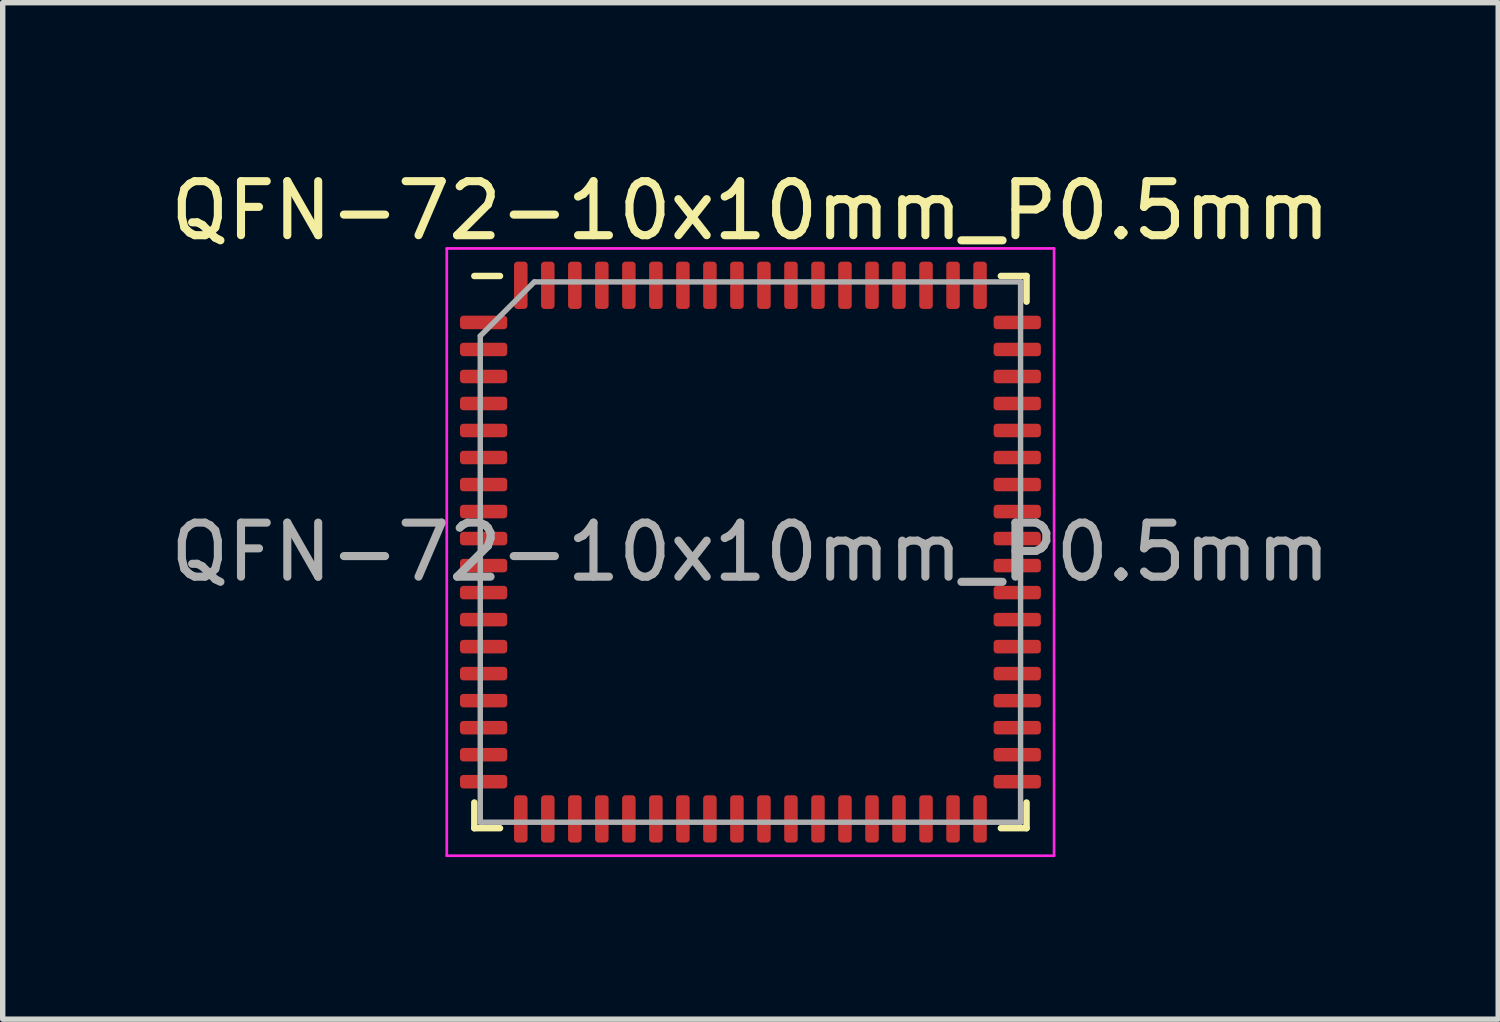
<source format=kicad_pcb>
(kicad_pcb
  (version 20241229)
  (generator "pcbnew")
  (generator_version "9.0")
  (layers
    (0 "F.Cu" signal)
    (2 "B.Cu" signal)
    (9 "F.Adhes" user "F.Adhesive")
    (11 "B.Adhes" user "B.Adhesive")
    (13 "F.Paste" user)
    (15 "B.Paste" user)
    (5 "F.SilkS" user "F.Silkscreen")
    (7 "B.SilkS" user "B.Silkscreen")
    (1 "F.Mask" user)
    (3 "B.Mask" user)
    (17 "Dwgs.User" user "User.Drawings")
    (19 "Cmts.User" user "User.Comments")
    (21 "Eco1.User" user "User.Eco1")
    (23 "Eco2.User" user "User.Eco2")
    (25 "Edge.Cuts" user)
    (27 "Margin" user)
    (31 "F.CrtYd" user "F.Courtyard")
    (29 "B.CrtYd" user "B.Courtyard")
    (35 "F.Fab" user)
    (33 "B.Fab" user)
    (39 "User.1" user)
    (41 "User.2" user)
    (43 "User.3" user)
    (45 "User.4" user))
  (footprint "QFN-72-10x10mm_P0.5mm"
    (layer "F.Cu")
    (at 10.839 7.168)
    (property "Reference" "QFN-72-10x10mm_P0.5mm" (at 0 -6.32 0) (layer "F.SilkS") (effects (font (size 1 1) (thickness 0.15))))
    (attr smd)
    (fp_line (start -5.11 5.11) (end -5.11 4.635) (stroke (width 0.12) (type solid)) (layer "F.SilkS"))
    (fp_line (start -4.635 -5.11) (end -5.11 -5.11) (stroke (width 0.12) (type solid)) (layer "F.SilkS"))
    (fp_line (start -4.635 5.11) (end -5.11 5.11) (stroke (width 0.12) (type solid)) (layer "F.SilkS"))
    (fp_line (start 4.635 -5.11) (end 5.11 -5.11) (stroke (width 0.12) (type solid)) (layer "F.SilkS"))
    (fp_line (start 4.635 5.11) (end 5.11 5.11) (stroke (width 0.12) (type solid)) (layer "F.SilkS"))
    (fp_line (start 5.11 -5.11) (end 5.11 -4.635) (stroke (width 0.12) (type solid)) (layer "F.SilkS"))
    (fp_line (start 5.11 5.11) (end 5.11 4.635) (stroke (width 0.12) (type solid)) (layer "F.SilkS"))
    (fp_line (start -5.62 -5.62) (end -5.62 5.62) (stroke (width 0.05) (type solid)) (layer "F.CrtYd"))
    (fp_line (start -5.62 5.62) (end 5.62 5.62) (stroke (width 0.05) (type solid)) (layer "F.CrtYd"))
    (fp_line (start 5.62 -5.62) (end -5.62 -5.62) (stroke (width 0.05) (type solid)) (layer "F.CrtYd"))
    (fp_line (start 5.62 5.62) (end 5.62 -5.62) (stroke (width 0.05) (type solid)) (layer "F.CrtYd"))
    (fp_line (start -5 -4) (end -4 -5) (stroke (width 0.1) (type solid)) (layer "F.Fab"))
    (fp_line (start -5 5) (end -5 -4) (stroke (width 0.1) (type solid)) (layer "F.Fab"))
    (fp_line (start -4 -5) (end 5 -5) (stroke (width 0.1) (type solid)) (layer "F.Fab"))
    (fp_line (start 5 -5) (end 5 5) (stroke (width 0.1) (type solid)) (layer "F.Fab"))
    (fp_line (start 5 5) (end -5 5) (stroke (width 0.1) (type solid)) (layer "F.Fab"))
    (fp_text user "${REFERENCE}" (at 0 0 0) (layer "F.Fab") (effects (font (size 1 1) (thickness 0.15))))
    (pad "1" smd roundrect (at -4.938 -4.25) (size 0.875 0.25) (layers "F.Cu" "F.Mask" "F.Paste") (roundrect_rratio 0.25))
    (pad "2" smd roundrect (at -4.938 -3.75) (size 0.875 0.25) (layers "F.Cu" "F.Mask" "F.Paste") (roundrect_rratio 0.25))
    (pad "3" smd roundrect (at -4.938 -3.25) (size 0.875 0.25) (layers "F.Cu" "F.Mask" "F.Paste") (roundrect_rratio 0.25))
    (pad "4" smd roundrect (at -4.938 -2.75) (size 0.875 0.25) (layers "F.Cu" "F.Mask" "F.Paste") (roundrect_rratio 0.25))
    (pad "5" smd roundrect (at -4.938 -2.25) (size 0.875 0.25) (layers "F.Cu" "F.Mask" "F.Paste") (roundrect_rratio 0.25))
    (pad "6" smd roundrect (at -4.938 -1.75) (size 0.875 0.25) (layers "F.Cu" "F.Mask" "F.Paste") (roundrect_rratio 0.25))
    (pad "7" smd roundrect (at -4.938 -1.25) (size 0.875 0.25) (layers "F.Cu" "F.Mask" "F.Paste") (roundrect_rratio 0.25))
    (pad "8" smd roundrect (at -4.938 -0.75) (size 0.875 0.25) (layers "F.Cu" "F.Mask" "F.Paste") (roundrect_rratio 0.25))
    (pad "9" smd roundrect (at -4.938 -0.25) (size 0.875 0.25) (layers "F.Cu" "F.Mask" "F.Paste") (roundrect_rratio 0.25))
    (pad "10" smd roundrect (at -4.938 0.25) (size 0.875 0.25) (layers "F.Cu" "F.Mask" "F.Paste") (roundrect_rratio 0.25))
    (pad "11" smd roundrect (at -4.938 0.75) (size 0.875 0.25) (layers "F.Cu" "F.Mask" "F.Paste") (roundrect_rratio 0.25))
    (pad "12" smd roundrect (at -4.938 1.25) (size 0.875 0.25) (layers "F.Cu" "F.Mask" "F.Paste") (roundrect_rratio 0.25))
    (pad "13" smd roundrect (at -4.938 1.75) (size 0.875 0.25) (layers "F.Cu" "F.Mask" "F.Paste") (roundrect_rratio 0.25))
    (pad "14" smd roundrect (at -4.938 2.25) (size 0.875 0.25) (layers "F.Cu" "F.Mask" "F.Paste") (roundrect_rratio 0.25))
    (pad "15" smd roundrect (at -4.938 2.75) (size 0.875 0.25) (layers "F.Cu" "F.Mask" "F.Paste") (roundrect_rratio 0.25))
    (pad "16" smd roundrect (at -4.938 3.25) (size 0.875 0.25) (layers "F.Cu" "F.Mask" "F.Paste") (roundrect_rratio 0.25))
    (pad "17" smd roundrect (at -4.938 3.75) (size 0.875 0.25) (layers "F.Cu" "F.Mask" "F.Paste") (roundrect_rratio 0.25))
    (pad "18" smd roundrect (at -4.938 4.25) (size 0.875 0.25) (layers "F.Cu" "F.Mask" "F.Paste") (roundrect_rratio 0.25))
    (pad "19" smd roundrect (at -4.25 4.938) (size 0.25 0.875) (layers "F.Cu" "F.Mask" "F.Paste") (roundrect_rratio 0.25))
    (pad "20" smd roundrect (at -3.75 4.938) (size 0.25 0.875) (layers "F.Cu" "F.Mask" "F.Paste") (roundrect_rratio 0.25))
    (pad "21" smd roundrect (at -3.25 4.938) (size 0.25 0.875) (layers "F.Cu" "F.Mask" "F.Paste") (roundrect_rratio 0.25))
    (pad "22" smd roundrect (at -2.75 4.938) (size 0.25 0.875) (layers "F.Cu" "F.Mask" "F.Paste") (roundrect_rratio 0.25))
    (pad "23" smd roundrect (at -2.25 4.938) (size 0.25 0.875) (layers "F.Cu" "F.Mask" "F.Paste") (roundrect_rratio 0.25))
    (pad "24" smd roundrect (at -1.75 4.938) (size 0.25 0.875) (layers "F.Cu" "F.Mask" "F.Paste") (roundrect_rratio 0.25))
    (pad "25" smd roundrect (at -1.25 4.938) (size 0.25 0.875) (layers "F.Cu" "F.Mask" "F.Paste") (roundrect_rratio 0.25))
    (pad "26" smd roundrect (at -0.75 4.938) (size 0.25 0.875) (layers "F.Cu" "F.Mask" "F.Paste") (roundrect_rratio 0.25))
    (pad "27" smd roundrect (at -0.25 4.938) (size 0.25 0.875) (layers "F.Cu" "F.Mask" "F.Paste") (roundrect_rratio 0.25))
    (pad "28" smd roundrect (at 0.25 4.938) (size 0.25 0.875) (layers "F.Cu" "F.Mask" "F.Paste") (roundrect_rratio 0.25))
    (pad "29" smd roundrect (at 0.75 4.938) (size 0.25 0.875) (layers "F.Cu" "F.Mask" "F.Paste") (roundrect_rratio 0.25))
    (pad "30" smd roundrect (at 1.25 4.938) (size 0.25 0.875) (layers "F.Cu" "F.Mask" "F.Paste") (roundrect_rratio 0.25))
    (pad "31" smd roundrect (at 1.75 4.938) (size 0.25 0.875) (layers "F.Cu" "F.Mask" "F.Paste") (roundrect_rratio 0.25))
    (pad "32" smd roundrect (at 2.25 4.938) (size 0.25 0.875) (layers "F.Cu" "F.Mask" "F.Paste") (roundrect_rratio 0.25))
    (pad "33" smd roundrect (at 2.75 4.938) (size 0.25 0.875) (layers "F.Cu" "F.Mask" "F.Paste") (roundrect_rratio 0.25))
    (pad "34" smd roundrect (at 3.25 4.938) (size 0.25 0.875) (layers "F.Cu" "F.Mask" "F.Paste") (roundrect_rratio 0.25))
    (pad "35" smd roundrect (at 3.75 4.938) (size 0.25 0.875) (layers "F.Cu" "F.Mask" "F.Paste") (roundrect_rratio 0.25))
    (pad "36" smd roundrect (at 4.25 4.938) (size 0.25 0.875) (layers "F.Cu" "F.Mask" "F.Paste") (roundrect_rratio 0.25))
    (pad "37" smd roundrect (at 4.938 4.25) (size 0.875 0.25) (layers "F.Cu" "F.Mask" "F.Paste") (roundrect_rratio 0.25))
    (pad "38" smd roundrect (at 4.938 3.75) (size 0.875 0.25) (layers "F.Cu" "F.Mask" "F.Paste") (roundrect_rratio 0.25))
    (pad "39" smd roundrect (at 4.938 3.25) (size 0.875 0.25) (layers "F.Cu" "F.Mask" "F.Paste") (roundrect_rratio 0.25))
    (pad "40" smd roundrect (at 4.938 2.75) (size 0.875 0.25) (layers "F.Cu" "F.Mask" "F.Paste") (roundrect_rratio 0.25))
    (pad "41" smd roundrect (at 4.938 2.25) (size 0.875 0.25) (layers "F.Cu" "F.Mask" "F.Paste") (roundrect_rratio 0.25))
    (pad "42" smd roundrect (at 4.938 1.75) (size 0.875 0.25) (layers "F.Cu" "F.Mask" "F.Paste") (roundrect_rratio 0.25))
    (pad "43" smd roundrect (at 4.938 1.25) (size 0.875 0.25) (layers "F.Cu" "F.Mask" "F.Paste") (roundrect_rratio 0.25))
    (pad "44" smd roundrect (at 4.938 0.75) (size 0.875 0.25) (layers "F.Cu" "F.Mask" "F.Paste") (roundrect_rratio 0.25))
    (pad "45" smd roundrect (at 4.938 0.25) (size 0.875 0.25) (layers "F.Cu" "F.Mask" "F.Paste") (roundrect_rratio 0.25))
    (pad "46" smd roundrect (at 4.938 -0.25) (size 0.875 0.25) (layers "F.Cu" "F.Mask" "F.Paste") (roundrect_rratio 0.25))
    (pad "47" smd roundrect (at 4.938 -0.75) (size 0.875 0.25) (layers "F.Cu" "F.Mask" "F.Paste") (roundrect_rratio 0.25))
    (pad "48" smd roundrect (at 4.938 -1.25) (size 0.875 0.25) (layers "F.Cu" "F.Mask" "F.Paste") (roundrect_rratio 0.25))
    (pad "49" smd roundrect (at 4.938 -1.75) (size 0.875 0.25) (layers "F.Cu" "F.Mask" "F.Paste") (roundrect_rratio 0.25))
    (pad "50" smd roundrect (at 4.938 -2.25) (size 0.875 0.25) (layers "F.Cu" "F.Mask" "F.Paste") (roundrect_rratio 0.25))
    (pad "51" smd roundrect (at 4.938 -2.75) (size 0.875 0.25) (layers "F.Cu" "F.Mask" "F.Paste") (roundrect_rratio 0.25))
    (pad "52" smd roundrect (at 4.938 -3.25) (size 0.875 0.25) (layers "F.Cu" "F.Mask" "F.Paste") (roundrect_rratio 0.25))
    (pad "53" smd roundrect (at 4.938 -3.75) (size 0.875 0.25) (layers "F.Cu" "F.Mask" "F.Paste") (roundrect_rratio 0.25))
    (pad "54" smd roundrect (at 4.938 -4.25) (size 0.875 0.25) (layers "F.Cu" "F.Mask" "F.Paste") (roundrect_rratio 0.25))
    (pad "55" smd roundrect (at 4.25 -4.938) (size 0.25 0.875) (layers "F.Cu" "F.Mask" "F.Paste") (roundrect_rratio 0.25))
    (pad "56" smd roundrect (at 3.75 -4.938) (size 0.25 0.875) (layers "F.Cu" "F.Mask" "F.Paste") (roundrect_rratio 0.25))
    (pad "57" smd roundrect (at 3.25 -4.938) (size 0.25 0.875) (layers "F.Cu" "F.Mask" "F.Paste") (roundrect_rratio 0.25))
    (pad "58" smd roundrect (at 2.75 -4.938) (size 0.25 0.875) (layers "F.Cu" "F.Mask" "F.Paste") (roundrect_rratio 0.25))
    (pad "59" smd roundrect (at 2.25 -4.938) (size 0.25 0.875) (layers "F.Cu" "F.Mask" "F.Paste") (roundrect_rratio 0.25))
    (pad "60" smd roundrect (at 1.75 -4.938) (size 0.25 0.875) (layers "F.Cu" "F.Mask" "F.Paste") (roundrect_rratio 0.25))
    (pad "61" smd roundrect (at 1.25 -4.938) (size 0.25 0.875) (layers "F.Cu" "F.Mask" "F.Paste") (roundrect_rratio 0.25))
    (pad "62" smd roundrect (at 0.75 -4.938) (size 0.25 0.875) (layers "F.Cu" "F.Mask" "F.Paste") (roundrect_rratio 0.25))
    (pad "63" smd roundrect (at 0.25 -4.938) (size 0.25 0.875) (layers "F.Cu" "F.Mask" "F.Paste") (roundrect_rratio 0.25))
    (pad "64" smd roundrect (at -0.25 -4.938) (size 0.25 0.875) (layers "F.Cu" "F.Mask" "F.Paste") (roundrect_rratio 0.25))
    (pad "65" smd roundrect (at -0.75 -4.938) (size 0.25 0.875) (layers "F.Cu" "F.Mask" "F.Paste") (roundrect_rratio 0.25))
    (pad "66" smd roundrect (at -1.25 -4.938) (size 0.25 0.875) (layers "F.Cu" "F.Mask" "F.Paste") (roundrect_rratio 0.25))
    (pad "67" smd roundrect (at -1.75 -4.938) (size 0.25 0.875) (layers "F.Cu" "F.Mask" "F.Paste") (roundrect_rratio 0.25))
    (pad "68" smd roundrect (at -2.25 -4.938) (size 0.25 0.875) (layers "F.Cu" "F.Mask" "F.Paste") (roundrect_rratio 0.25))
    (pad "69" smd roundrect (at -2.75 -4.938) (size 0.25 0.875) (layers "F.Cu" "F.Mask" "F.Paste") (roundrect_rratio 0.25))
    (pad "70" smd roundrect (at -3.25 -4.938) (size 0.25 0.875) (layers "F.Cu" "F.Mask" "F.Paste") (roundrect_rratio 0.25))
    (pad "71" smd roundrect (at -3.75 -4.938) (size 0.25 0.875) (layers "F.Cu" "F.Mask" "F.Paste") (roundrect_rratio 0.25))
    (pad "72" smd roundrect (at -4.25 -4.938) (size 0.25 0.875) (layers "F.Cu" "F.Mask" "F.Paste") (roundrect_rratio 0.25)))
  (gr_rect
    (start -3 -3)
    (end 24.679 15.813)
    (stroke (width 0.1) (type default))
    (fill no)
    (layer "Edge.Cuts")))
</source>
